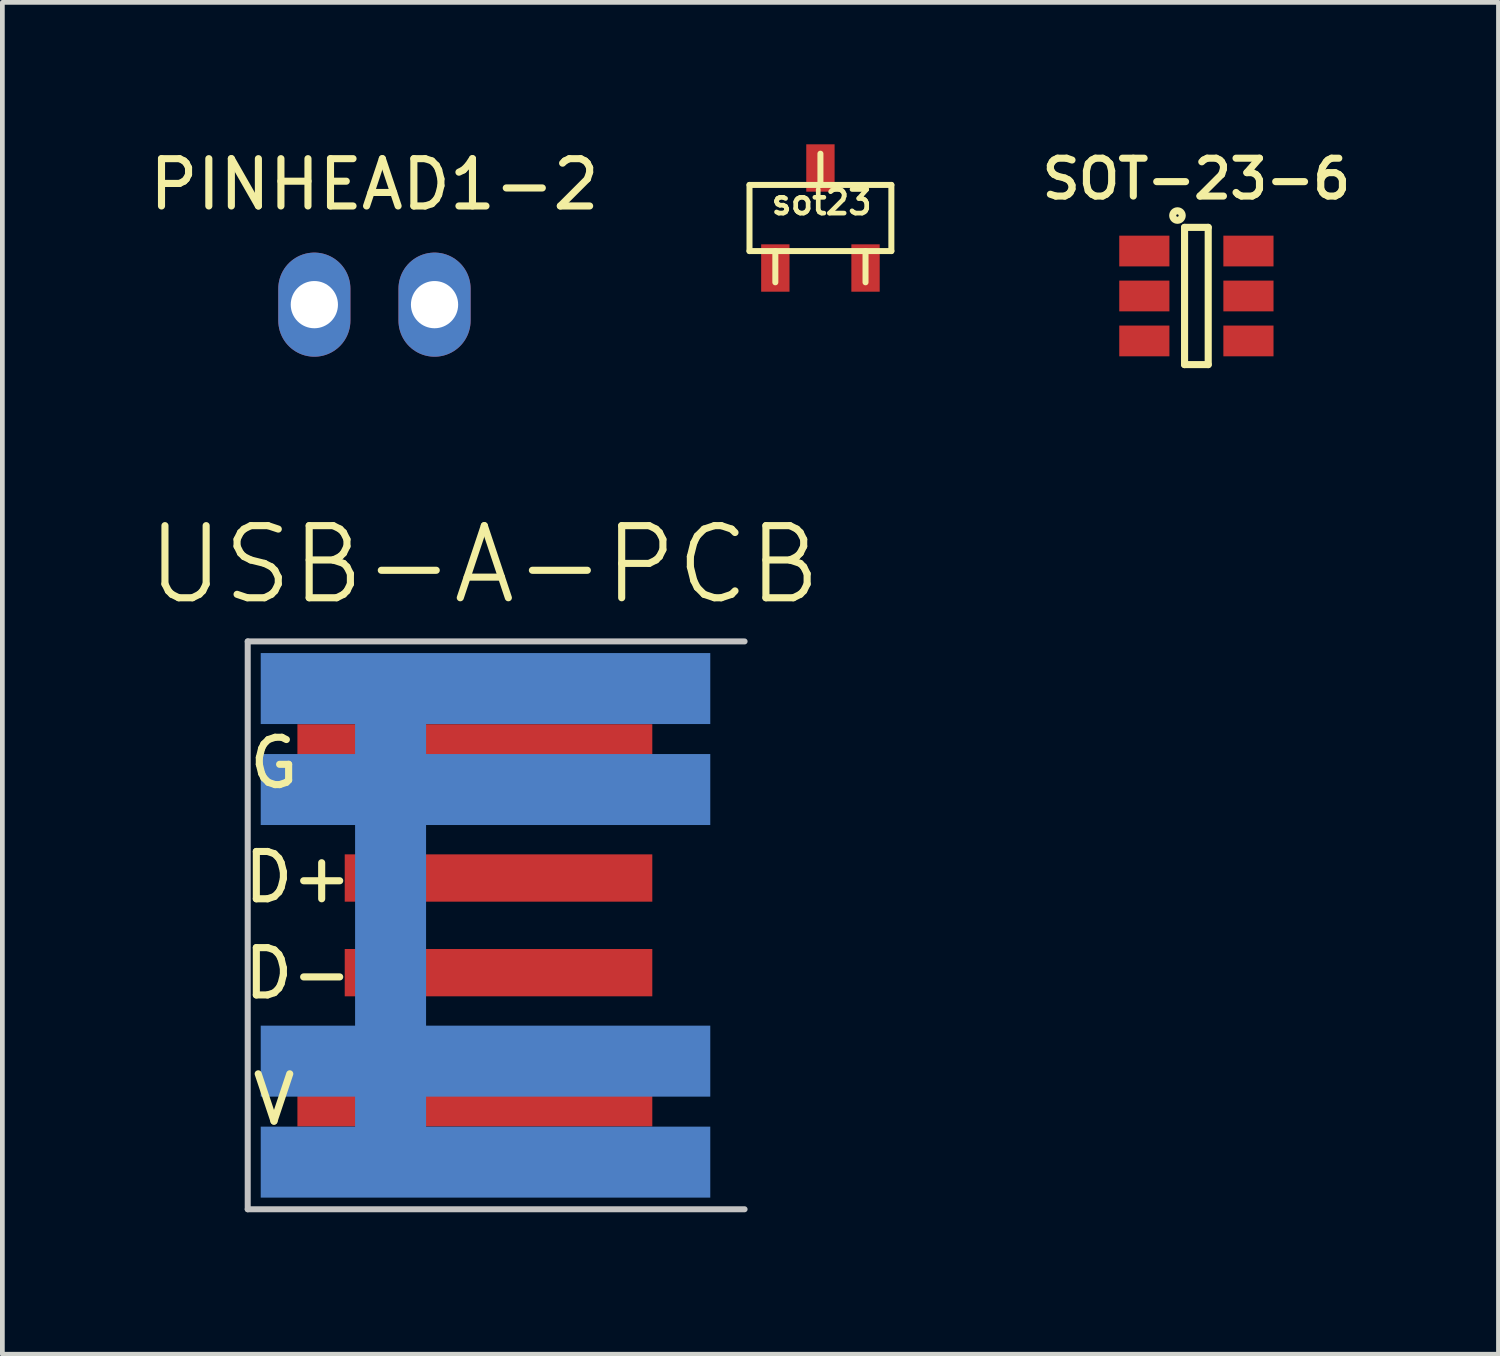
<source format=kicad_pcb>
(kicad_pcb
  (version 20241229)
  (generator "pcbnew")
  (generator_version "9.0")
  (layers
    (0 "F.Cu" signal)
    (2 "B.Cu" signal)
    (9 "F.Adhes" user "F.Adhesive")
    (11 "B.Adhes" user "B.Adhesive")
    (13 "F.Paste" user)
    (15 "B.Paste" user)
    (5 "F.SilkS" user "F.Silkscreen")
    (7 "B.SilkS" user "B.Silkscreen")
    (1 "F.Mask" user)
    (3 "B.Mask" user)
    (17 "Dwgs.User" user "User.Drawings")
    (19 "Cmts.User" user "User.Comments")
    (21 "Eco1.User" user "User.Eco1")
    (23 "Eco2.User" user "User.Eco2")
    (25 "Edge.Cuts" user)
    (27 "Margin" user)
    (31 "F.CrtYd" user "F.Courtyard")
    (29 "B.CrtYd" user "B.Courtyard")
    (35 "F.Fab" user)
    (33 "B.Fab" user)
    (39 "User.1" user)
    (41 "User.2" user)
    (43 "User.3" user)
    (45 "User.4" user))
  (footprint "SOT-23-6"
    (layer "F.Cu")
    (at 22.233 3.205)
    (property "Reference" "SOT-23-6" (at 0 -2.474 0) (layer "F.SilkS") (effects (font (size 0.8 0.8) (thickness 0.15))))
    (attr smd)
    (fp_line (start -0.25 -1.45) (end -0.25 1.45) (stroke (width 0.15) (type solid)) (layer "F.SilkS"))
    (fp_line (start -0.25 1.45) (end 0.25 1.45) (stroke (width 0.15) (type solid)) (layer "F.SilkS"))
    (fp_line (start 0.25 -1.45) (end -0.25 -1.45) (stroke (width 0.15) (type solid)) (layer "F.SilkS"))
    (fp_line (start 0.25 1.45) (end 0.25 -1.45) (stroke (width 0.15) (type solid)) (layer "F.SilkS"))
    (fp_circle (center -0.4 -1.7) (end -0.3 -1.7) (stroke (width 0.15) (type solid)) (fill no) (layer "F.SilkS"))
    (pad "1" smd rect (at -1.1 -0.95) (size 1.06 0.65) (layers "F.Cu" "F.Mask" "F.Paste"))
    (pad "2" smd rect (at -1.1 0) (size 1.06 0.65) (layers "F.Cu" "F.Mask" "F.Paste"))
    (pad "3" smd rect (at -1.1 0.95) (size 1.06 0.65) (layers "F.Cu" "F.Mask" "F.Paste"))
    (pad "4" smd rect (at 1.1 0.95) (size 1.06 0.65) (layers "F.Cu" "F.Mask" "F.Paste"))
    (pad "5" smd rect (at 1.1 0) (size 1.06 0.65) (layers "F.Cu" "F.Mask" "F.Paste"))
    (pad "6" smd rect (at 1.1 -0.95) (size 1.06 0.65) (layers "F.Cu" "F.Mask" "F.Paste")))
  (footprint "USB-A-PCB"
    (layer "F.Cu")
    (at 7.185 16.505)
    (property "Reference" "USB-A-PCB" (at 0 -7.62 0) (layer "F.SilkS") (effects (font (size 1.524 1.524) (thickness 0.15))))
    (attr through_hole)
    (fp_line (start -5 -6) (end 5.5 -6) (stroke (width 0.127) (type solid)) (layer "Dwgs.User"))
    (fp_line (start -5 6) (end -5 -6) (stroke (width 0.127) (type solid)) (layer "Dwgs.User"))
    (fp_line (start 5.5 6) (end -5 6) (stroke (width 0.127) (type solid)) (layer "Dwgs.User"))
    (fp_text user "G" (at -4.445 -3.429 0) (layer "F.SilkS") (effects (font (size 1 1) (thickness 0.15))))
    (fp_text user "D+" (at -3.937 -1.016 0) (layer "F.SilkS") (effects (font (size 1 1) (thickness 0.15))))
    (fp_text user "V" (at -4.445 3.683 0) (layer "F.SilkS") (effects (font (size 1 1) (thickness 0.15))))
    (fp_text user "D-" (at -3.937 1.016 0) (layer "F.SilkS") (effects (font (size 1 1) (thickness 0.15))))
    (pad "0" smd rect (at -1.981 0.051 90) (size 9.5 1.5) (layers "F.Mask" "B.Cu" "F.Paste"))
    (pad "0" smd rect (at 0.025 -5.004) (size 9.5 1.5) (layers "F.Mask" "B.Cu" "F.Paste"))
    (pad "0" smd rect (at 0.025 -2.87) (size 9.5 1.5) (layers "F.Mask" "B.Cu" "F.Paste"))
    (pad "0" smd rect (at 0.025 2.87) (size 9.5 1.5) (layers "F.Mask" "B.Cu" "F.Paste"))
    (pad "0" smd rect (at 0.025 5.004) (size 9.5 1.5) (layers "F.Mask" "B.Cu" "F.Paste"))
    (pad "1" smd rect (at -0.2 3.5) (size 7.5 1.5) (layers "F.Cu" "F.Mask" "F.Paste"))
    (pad "2" smd rect (at 0.3 1) (size 6.5 1) (layers "F.Cu" "F.Mask" "F.Paste"))
    (pad "3" smd rect (at 0.3 -1) (size 6.5 1) (layers "F.Cu" "F.Mask" "F.Paste"))
    (pad "4" smd rect (at -0.2 -3.5) (size 7.5 1.5) (layers "F.Cu" "F.Mask" "F.Paste")))
  (footprint "PINHEAD1-2"
    (layer "F.Cu")
    (at 4.863 3.388)
    (property "Reference" "PINHEAD1-2" (at 0 -2.54 0) (layer "F.SilkS") (effects (font (size 1 1) (thickness 0.15))))
    (attr exclude_from_pos_files exclude_from_bom)
    (pad "1" thru_hole oval (at -1.27 0) (size 1.524 2.2) (drill 0.998) (layers "*.Cu" "*.Mask"))
    (pad "2" thru_hole oval (at 1.27 0) (size 1.524 2.2) (drill 0.998) (layers "*.Cu" "*.Mask")))
  (footprint "sot23"
    (layer "F.Cu")
    (at 14.288 1.557)
    (property "Reference" "sot23" (at 0.025 -0.33 0) (layer "F.SilkS") (effects (font (size 0.5 0.5) (thickness 0.099))))
    (attr through_hole)
    (fp_line (start -1.499 -0.699) (end 1.499 -0.699) (stroke (width 0.127) (type solid)) (layer "F.SilkS"))
    (fp_line (start -1.499 0.699) (end -1.499 -0.699) (stroke (width 0.127) (type solid)) (layer "F.SilkS"))
    (fp_line (start -0.953 0.699) (end -0.953 1.359) (stroke (width 0.127) (type solid)) (layer "F.SilkS"))
    (fp_line (start 0 -0.699) (end 0 -1.359) (stroke (width 0.127) (type solid)) (layer "F.SilkS"))
    (fp_line (start 0.953 0.699) (end 0.953 1.359) (stroke (width 0.127) (type solid)) (layer "F.SilkS"))
    (fp_line (start 1.499 -0.699) (end 1.499 0.699) (stroke (width 0.127) (type solid)) (layer "F.SilkS"))
    (fp_line (start 1.499 0.699) (end -1.499 0.699) (stroke (width 0.127) (type solid)) (layer "F.SilkS"))
    (pad "1" smd rect (at -0.953 1.057) (size 0.599 1.001) (layers "F.Cu" "F.Mask" "F.Paste"))
    (pad "2" smd rect (at 0.953 1.057) (size 0.599 1.001) (layers "F.Cu" "F.Mask" "F.Paste"))
    (pad "3" smd rect (at 0 -1.057) (size 0.599 1.001) (layers "F.Cu" "F.Mask" "F.Paste")))
  (gr_rect
    (start -3 -3)
    (end 28.617 25.569)
    (stroke (width 0.1) (type default))
    (fill no)
    (layer "Edge.Cuts")))
</source>
